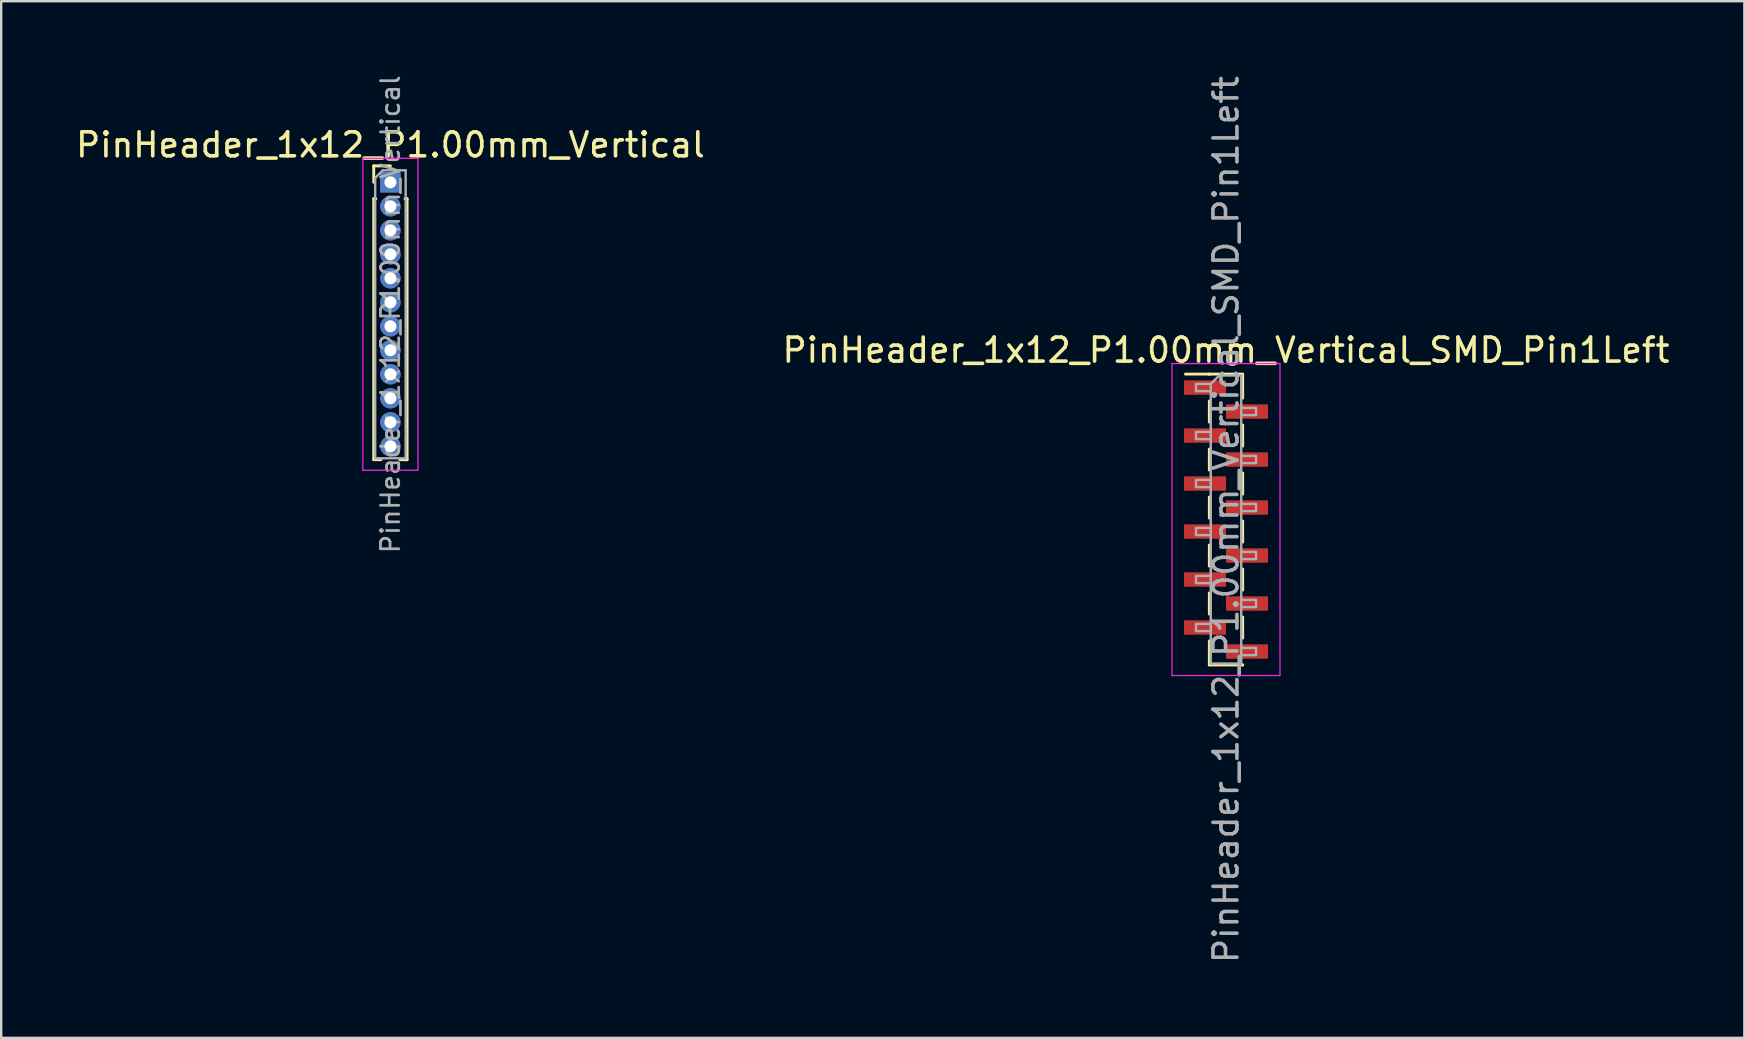
<source format=kicad_pcb>
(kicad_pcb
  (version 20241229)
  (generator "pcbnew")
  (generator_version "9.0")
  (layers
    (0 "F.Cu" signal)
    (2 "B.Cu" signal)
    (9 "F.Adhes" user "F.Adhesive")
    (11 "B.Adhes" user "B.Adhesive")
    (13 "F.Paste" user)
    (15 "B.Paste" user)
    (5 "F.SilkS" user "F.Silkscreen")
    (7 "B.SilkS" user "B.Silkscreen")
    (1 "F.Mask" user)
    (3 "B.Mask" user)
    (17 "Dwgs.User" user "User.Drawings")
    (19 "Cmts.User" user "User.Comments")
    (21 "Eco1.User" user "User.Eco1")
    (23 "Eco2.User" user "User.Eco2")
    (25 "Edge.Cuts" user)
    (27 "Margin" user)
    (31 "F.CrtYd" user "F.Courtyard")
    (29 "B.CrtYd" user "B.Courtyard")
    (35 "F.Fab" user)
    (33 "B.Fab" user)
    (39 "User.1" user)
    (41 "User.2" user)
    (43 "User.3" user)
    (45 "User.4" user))
  (footprint "PinHeader_1x12_P1.00mm_Vertical_SMD_Pin1Left"
    (layer "F.Cu")
    (at 48.042 18.601)
    (property "Reference" "PinHeader_1x12_P1.00mm_Vertical_SMD_Pin1Left" (at 0 -7.06 0) (layer "F.SilkS") (effects (font (size 1 1) (thickness 0.15))))
    (attr smd)
    (fp_line (start -0.695 -6.06) (end -1.69 -6.06) (stroke (width 0.12) (type solid)) (layer "F.SilkS"))
    (fp_line (start -0.695 -6.06) (end -0.695 -6.06) (stroke (width 0.12) (type solid)) (layer "F.SilkS"))
    (fp_line (start -0.695 -6.06) (end 0.695 -6.06) (stroke (width 0.12) (type solid)) (layer "F.SilkS"))
    (fp_line (start -0.695 -4.94) (end -0.695 -4.06) (stroke (width 0.12) (type solid)) (layer "F.SilkS"))
    (fp_line (start -0.695 -2.94) (end -0.695 -2.06) (stroke (width 0.12) (type solid)) (layer "F.SilkS"))
    (fp_line (start -0.695 -0.94) (end -0.695 -0.06) (stroke (width 0.12) (type solid)) (layer "F.SilkS"))
    (fp_line (start -0.695 1.06) (end -0.695 1.94) (stroke (width 0.12) (type solid)) (layer "F.SilkS"))
    (fp_line (start -0.695 3.06) (end -0.695 3.94) (stroke (width 0.12) (type solid)) (layer "F.SilkS"))
    (fp_line (start -0.695 5.06) (end -0.695 6.06) (stroke (width 0.12) (type solid)) (layer "F.SilkS"))
    (fp_line (start -0.695 6.06) (end 0.695 6.06) (stroke (width 0.12) (type solid)) (layer "F.SilkS"))
    (fp_line (start 0.695 -6.06) (end 0.695 -5.06) (stroke (width 0.12) (type solid)) (layer "F.SilkS"))
    (fp_line (start 0.695 -3.94) (end 0.695 -3.06) (stroke (width 0.12) (type solid)) (layer "F.SilkS"))
    (fp_line (start 0.695 -1.94) (end 0.695 -1.06) (stroke (width 0.12) (type solid)) (layer "F.SilkS"))
    (fp_line (start 0.695 0.06) (end 0.695 0.94) (stroke (width 0.12) (type solid)) (layer "F.SilkS"))
    (fp_line (start 0.695 2.06) (end 0.695 2.94) (stroke (width 0.12) (type solid)) (layer "F.SilkS"))
    (fp_line (start 0.695 4.06) (end 0.695 4.94) (stroke (width 0.12) (type solid)) (layer "F.SilkS"))
    (fp_line (start 0.695 6.06) (end 0.695 6.06) (stroke (width 0.12) (type solid)) (layer "F.SilkS"))
    (fp_line (start -2.25 -6.5) (end -2.25 6.5) (stroke (width 0.05) (type solid)) (layer "F.CrtYd"))
    (fp_line (start -2.25 6.5) (end 2.25 6.5) (stroke (width 0.05) (type solid)) (layer "F.CrtYd"))
    (fp_line (start 2.25 -6.5) (end -2.25 -6.5) (stroke (width 0.05) (type solid)) (layer "F.CrtYd"))
    (fp_line (start 2.25 6.5) (end 2.25 -6.5) (stroke (width 0.05) (type solid)) (layer "F.CrtYd"))
    (fp_line (start -1.25 -5.65) (end -1.25 -5.35) (stroke (width 0.1) (type solid)) (layer "F.Fab"))
    (fp_line (start -1.25 -5.35) (end -0.635 -5.35) (stroke (width 0.1) (type solid)) (layer "F.Fab"))
    (fp_line (start -1.25 -3.65) (end -1.25 -3.35) (stroke (width 0.1) (type solid)) (layer "F.Fab"))
    (fp_line (start -1.25 -3.35) (end -0.635 -3.35) (stroke (width 0.1) (type solid)) (layer "F.Fab"))
    (fp_line (start -1.25 -1.65) (end -1.25 -1.35) (stroke (width 0.1) (type solid)) (layer "F.Fab"))
    (fp_line (start -1.25 -1.35) (end -0.635 -1.35) (stroke (width 0.1) (type solid)) (layer "F.Fab"))
    (fp_line (start -1.25 0.35) (end -1.25 0.65) (stroke (width 0.1) (type solid)) (layer "F.Fab"))
    (fp_line (start -1.25 0.65) (end -0.635 0.65) (stroke (width 0.1) (type solid)) (layer "F.Fab"))
    (fp_line (start -1.25 2.35) (end -1.25 2.65) (stroke (width 0.1) (type solid)) (layer "F.Fab"))
    (fp_line (start -1.25 2.65) (end -0.635 2.65) (stroke (width 0.1) (type solid)) (layer "F.Fab"))
    (fp_line (start -1.25 4.35) (end -1.25 4.65) (stroke (width 0.1) (type solid)) (layer "F.Fab"))
    (fp_line (start -1.25 4.65) (end -0.635 4.65) (stroke (width 0.1) (type solid)) (layer "F.Fab"))
    (fp_line (start -0.635 -5.65) (end -1.25 -5.65) (stroke (width 0.1) (type solid)) (layer "F.Fab"))
    (fp_line (start -0.635 -5.65) (end -0.285 -6) (stroke (width 0.1) (type solid)) (layer "F.Fab"))
    (fp_line (start -0.635 -3.65) (end -1.25 -3.65) (stroke (width 0.1) (type solid)) (layer "F.Fab"))
    (fp_line (start -0.635 -1.65) (end -1.25 -1.65) (stroke (width 0.1) (type solid)) (layer "F.Fab"))
    (fp_line (start -0.635 0.35) (end -1.25 0.35) (stroke (width 0.1) (type solid)) (layer "F.Fab"))
    (fp_line (start -0.635 2.35) (end -1.25 2.35) (stroke (width 0.1) (type solid)) (layer "F.Fab"))
    (fp_line (start -0.635 4.35) (end -1.25 4.35) (stroke (width 0.1) (type solid)) (layer "F.Fab"))
    (fp_line (start -0.635 6) (end -0.635 -5.65) (stroke (width 0.1) (type solid)) (layer "F.Fab"))
    (fp_line (start -0.285 -6) (end 0.635 -6) (stroke (width 0.1) (type solid)) (layer "F.Fab"))
    (fp_line (start 0.635 -6) (end 0.635 6) (stroke (width 0.1) (type solid)) (layer "F.Fab"))
    (fp_line (start 0.635 -4.65) (end 1.25 -4.65) (stroke (width 0.1) (type solid)) (layer "F.Fab"))
    (fp_line (start 0.635 -2.65) (end 1.25 -2.65) (stroke (width 0.1) (type solid)) (layer "F.Fab"))
    (fp_line (start 0.635 -0.65) (end 1.25 -0.65) (stroke (width 0.1) (type solid)) (layer "F.Fab"))
    (fp_line (start 0.635 1.35) (end 1.25 1.35) (stroke (width 0.1) (type solid)) (layer "F.Fab"))
    (fp_line (start 0.635 3.35) (end 1.25 3.35) (stroke (width 0.1) (type solid)) (layer "F.Fab"))
    (fp_line (start 0.635 5.35) (end 1.25 5.35) (stroke (width 0.1) (type solid)) (layer "F.Fab"))
    (fp_line (start 0.635 6) (end -0.635 6) (stroke (width 0.1) (type solid)) (layer "F.Fab"))
    (fp_line (start 1.25 -4.65) (end 1.25 -4.35) (stroke (width 0.1) (type solid)) (layer "F.Fab"))
    (fp_line (start 1.25 -4.35) (end 0.635 -4.35) (stroke (width 0.1) (type solid)) (layer "F.Fab"))
    (fp_line (start 1.25 -2.65) (end 1.25 -2.35) (stroke (width 0.1) (type solid)) (layer "F.Fab"))
    (fp_line (start 1.25 -2.35) (end 0.635 -2.35) (stroke (width 0.1) (type solid)) (layer "F.Fab"))
    (fp_line (start 1.25 -0.65) (end 1.25 -0.35) (stroke (width 0.1) (type solid)) (layer "F.Fab"))
    (fp_line (start 1.25 -0.35) (end 0.635 -0.35) (stroke (width 0.1) (type solid)) (layer "F.Fab"))
    (fp_line (start 1.25 1.35) (end 1.25 1.65) (stroke (width 0.1) (type solid)) (layer "F.Fab"))
    (fp_line (start 1.25 1.65) (end 0.635 1.65) (stroke (width 0.1) (type solid)) (layer "F.Fab"))
    (fp_line (start 1.25 3.35) (end 1.25 3.65) (stroke (width 0.1) (type solid)) (layer "F.Fab"))
    (fp_line (start 1.25 3.65) (end 0.635 3.65) (stroke (width 0.1) (type solid)) (layer "F.Fab"))
    (fp_line (start 1.25 5.35) (end 1.25 5.65) (stroke (width 0.1) (type solid)) (layer "F.Fab"))
    (fp_line (start 1.25 5.65) (end 0.635 5.65) (stroke (width 0.1) (type solid)) (layer "F.Fab"))
    (fp_text user "${REFERENCE}" (at 0 0 90) (layer "F.Fab") (effects (font (size 1 1) (thickness 0.15))))
    (pad "1" smd rect (at -0.875 -5.5) (size 1.75 0.6) (layers "F.Cu" "F.Mask" "F.Paste"))
    (pad "2" smd rect (at 0.875 -4.5) (size 1.75 0.6) (layers "F.Cu" "F.Mask" "F.Paste"))
    (pad "3" smd rect (at -0.875 -3.5) (size 1.75 0.6) (layers "F.Cu" "F.Mask" "F.Paste"))
    (pad "4" smd rect (at 0.875 -2.5) (size 1.75 0.6) (layers "F.Cu" "F.Mask" "F.Paste"))
    (pad "5" smd rect (at -0.875 -1.5) (size 1.75 0.6) (layers "F.Cu" "F.Mask" "F.Paste"))
    (pad "6" smd rect (at 0.875 -0.5) (size 1.75 0.6) (layers "F.Cu" "F.Mask" "F.Paste"))
    (pad "7" smd rect (at -0.875 0.5) (size 1.75 0.6) (layers "F.Cu" "F.Mask" "F.Paste"))
    (pad "8" smd rect (at 0.875 1.5) (size 1.75 0.6) (layers "F.Cu" "F.Mask" "F.Paste"))
    (pad "9" smd rect (at -0.875 2.5) (size 1.75 0.6) (layers "F.Cu" "F.Mask" "F.Paste"))
    (pad "10" smd rect (at 0.875 3.5) (size 1.75 0.6) (layers "F.Cu" "F.Mask" "F.Paste"))
    (pad "11" smd rect (at -0.875 4.5) (size 1.75 0.6) (layers "F.Cu" "F.Mask" "F.Paste"))
    (pad "12" smd rect (at 0.875 5.5) (size 1.75 0.6) (layers "F.Cu" "F.Mask" "F.Paste")))
  (footprint "PinHeader_1x12_P1.00mm_Vertical"
    (layer "F.Cu")
    (at 13.22 4.547)
    (property "Reference" "PinHeader_1x12_P1.00mm_Vertical" (at 0 -1.56 0) (layer "F.SilkS") (effects (font (size 1 1) (thickness 0.15))))
    (attr through_hole)
    (fp_line (start -0.695 -0.685) (end 0 -0.685) (stroke (width 0.12) (type solid)) (layer "F.SilkS"))
    (fp_line (start -0.695 0) (end -0.695 -0.685) (stroke (width 0.12) (type solid)) (layer "F.SilkS"))
    (fp_line (start -0.695 0.685) (end -0.695 11.56) (stroke (width 0.12) (type solid)) (layer "F.SilkS"))
    (fp_line (start -0.695 0.685) (end -0.608 0.685) (stroke (width 0.12) (type solid)) (layer "F.SilkS"))
    (fp_line (start -0.695 11.56) (end -0.394 11.56) (stroke (width 0.12) (type solid)) (layer "F.SilkS"))
    (fp_line (start 0.394 11.56) (end 0.695 11.56) (stroke (width 0.12) (type solid)) (layer "F.SilkS"))
    (fp_line (start 0.608 0.685) (end 0.695 0.685) (stroke (width 0.12) (type solid)) (layer "F.SilkS"))
    (fp_line (start 0.695 0.685) (end 0.695 11.56) (stroke (width 0.12) (type solid)) (layer "F.SilkS"))
    (fp_line (start -1.15 -1) (end -1.15 12) (stroke (width 0.05) (type solid)) (layer "F.CrtYd"))
    (fp_line (start -1.15 12) (end 1.15 12) (stroke (width 0.05) (type solid)) (layer "F.CrtYd"))
    (fp_line (start 1.15 -1) (end -1.15 -1) (stroke (width 0.05) (type solid)) (layer "F.CrtYd"))
    (fp_line (start 1.15 12) (end 1.15 -1) (stroke (width 0.05) (type solid)) (layer "F.CrtYd"))
    (fp_line (start -0.635 -0.182) (end -0.318 -0.5) (stroke (width 0.1) (type solid)) (layer "F.Fab"))
    (fp_line (start -0.635 11.5) (end -0.635 -0.182) (stroke (width 0.1) (type solid)) (layer "F.Fab"))
    (fp_line (start -0.318 -0.5) (end 0.635 -0.5) (stroke (width 0.1) (type solid)) (layer "F.Fab"))
    (fp_line (start 0.635 -0.5) (end 0.635 11.5) (stroke (width 0.1) (type solid)) (layer "F.Fab"))
    (fp_line (start 0.635 11.5) (end -0.635 11.5) (stroke (width 0.1) (type solid)) (layer "F.Fab"))
    (fp_text user "${REFERENCE}" (at 0 5.5 90) (layer "F.Fab") (effects (font (size 0.76 0.76) (thickness 0.114))))
    (pad "1" thru_hole rect (at 0 0) (size 0.85 0.85) (drill 0.5) (layers "*.Cu" "*.Mask"))
    (pad "2" thru_hole oval (at 0 1) (size 0.85 0.85) (drill 0.5) (layers "*.Cu" "*.Mask"))
    (pad "3" thru_hole oval (at 0 2) (size 0.85 0.85) (drill 0.5) (layers "*.Cu" "*.Mask"))
    (pad "4" thru_hole oval (at 0 3) (size 0.85 0.85) (drill 0.5) (layers "*.Cu" "*.Mask"))
    (pad "5" thru_hole oval (at 0 4) (size 0.85 0.85) (drill 0.5) (layers "*.Cu" "*.Mask"))
    (pad "6" thru_hole oval (at 0 5) (size 0.85 0.85) (drill 0.5) (layers "*.Cu" "*.Mask"))
    (pad "7" thru_hole oval (at 0 6) (size 0.85 0.85) (drill 0.5) (layers "*.Cu" "*.Mask"))
    (pad "8" thru_hole oval (at 0 7) (size 0.85 0.85) (drill 0.5) (layers "*.Cu" "*.Mask"))
    (pad "9" thru_hole oval (at 0 8) (size 0.85 0.85) (drill 0.5) (layers "*.Cu" "*.Mask"))
    (pad "10" thru_hole oval (at 0 9) (size 0.85 0.85) (drill 0.5) (layers "*.Cu" "*.Mask"))
    (pad "11" thru_hole oval (at 0 10) (size 0.85 0.85) (drill 0.5) (layers "*.Cu" "*.Mask"))
    (pad "12" thru_hole oval (at 0 11) (size 0.85 0.85) (drill 0.5) (layers "*.Cu" "*.Mask")))
  (gr_rect
    (start -3 -3)
    (end 69.643 40.202)
    (stroke (width 0.1) (type default))
    (fill no)
    (layer "Edge.Cuts")))
</source>
